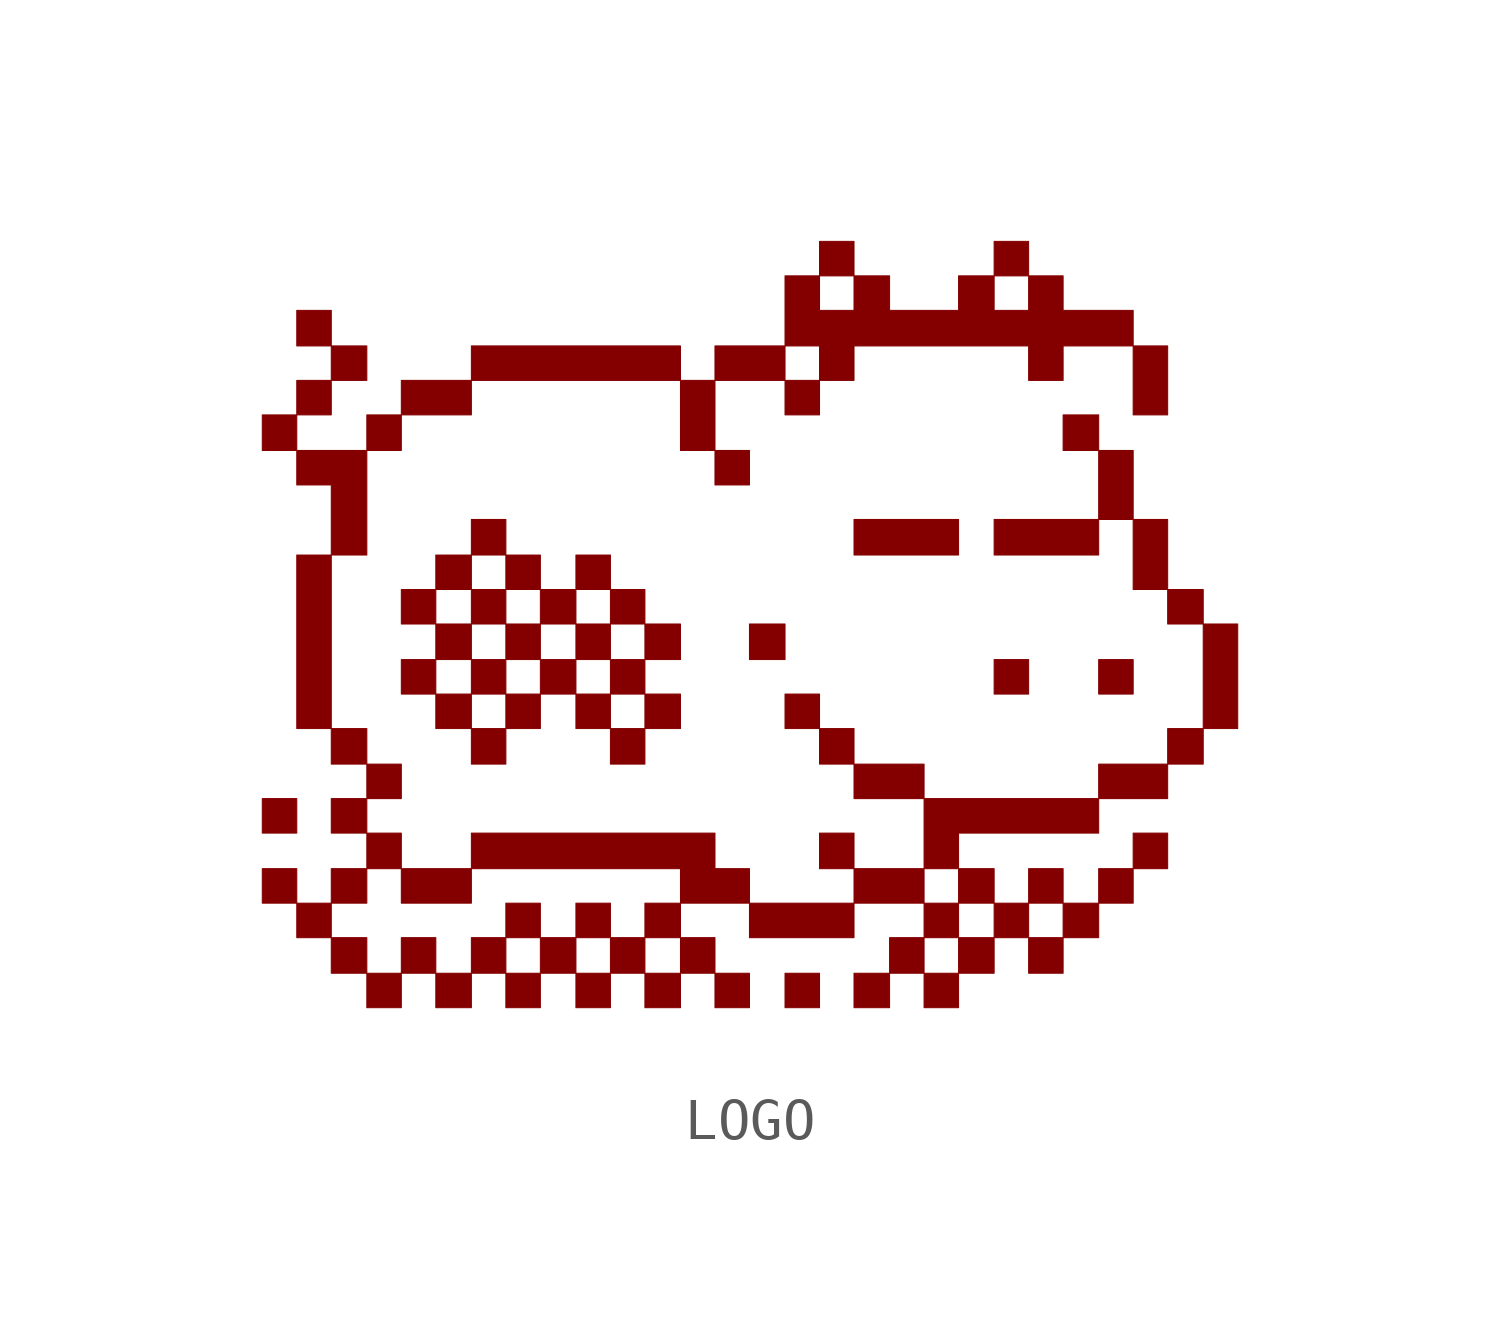
<source format=kicad_sym>
(kicad_symbol_lib
  (version 20211014)
  (generator kicad_symbol_editor)
  (symbol "LOGO"
    (pin_names
      (offset 1.016))
    (property "Reference" "#G"
      (at 0 -8.534 0)
      (effects (font (size 1.524 1.524)) hide))
    (symbol "LOGO_0_0"
      (polyline (pts (xy -11.836 5.08) (xy -11.836 4.216) (xy -10.998 4.216) (xy -10.998 5.08) (xy -11.836 5.08)) (stroke (width 0.025) (type default) (color 0 0 0 0)) (fill (type outline)))
      (polyline (pts (xy -10.998 -7.62) (xy -10.16 -7.62) (xy -10.16 -6.782) (xy -10.998 -6.782) (xy -10.998 -7.62)) (stroke (width 0.025) (type default) (color 0 0 0 0)) (fill (type outline)))
      (polyline (pts (xy -10.998 -5.944) (xy -11.836 -5.944) (xy -11.836 -6.782) (xy -10.998 -6.782) (xy -10.998 -5.944)) (stroke (width 0.025) (type default) (color 0 0 0 0)) (fill (type outline)))
      (polyline (pts (xy -10.998 -4.242) (xy -11.836 -4.242) (xy -11.836 -5.08) (xy -10.998 -5.08) (xy -10.998 -4.242)) (stroke (width 0.025) (type default) (color 0 0 0 0)) (fill (type outline)))
      (polyline (pts (xy -10.998 1.676) (xy -10.998 -2.54) (xy -10.16 -2.54) (xy -10.16 1.676) (xy -10.998 1.676)) (stroke (width 0.025) (type default) (color 0 0 0 0)) (fill (type outline)))
      (polyline (pts (xy -10.998 5.918) (xy -10.998 5.08) (xy -10.16 5.08) (xy -10.16 5.918) (xy -10.998 5.918)) (stroke (width 0.025) (type default) (color 0 0 0 0)) (fill (type outline)))
      (polyline (pts (xy -10.16 -8.484) (xy -9.296 -8.484) (xy -9.296 -7.62) (xy -10.16 -7.62) (xy -10.16 -8.484)) (stroke (width 0.025) (type default) (color 0 0 0 0)) (fill (type outline)))
      (polyline (pts (xy -10.16 -5.944) (xy -10.16 -6.782) (xy -9.296 -6.782) (xy -9.296 -5.944) (xy -10.16 -5.944)) (stroke (width 0.025) (type default) (color 0 0 0 0)) (fill (type outline)))
      (polyline (pts (xy -10.16 -4.242) (xy -10.16 -5.08) (xy -9.296 -5.08) (xy -9.296 -4.242) (xy -10.16 -4.242)) (stroke (width 0.025) (type default) (color 0 0 0 0)) (fill (type outline)))
      (polyline (pts (xy -10.16 -3.404) (xy -9.296 -3.404) (xy -9.296 -2.54) (xy -10.16 -2.54) (xy -10.16 -3.404)) (stroke (width 0.025) (type default) (color 0 0 0 0)) (fill (type outline)))
      (polyline (pts (xy -10.16 5.918) (xy -9.296 5.918) (xy -9.296 6.756) (xy -10.16 6.756) (xy -10.16 5.918)) (stroke (width 0.025) (type default) (color 0 0 0 0)) (fill (type outline)))
      (polyline (pts (xy -10.16 7.62) (xy -10.998 7.62) (xy -10.998 6.756) (xy -10.16 6.756) (xy -10.16 7.62)) (stroke (width 0.025) (type default) (color 0 0 0 0)) (fill (type outline)))
      (polyline (pts (xy -9.296 -8.484) (xy -9.296 -9.322) (xy -8.458 -9.322) (xy -8.458 -8.484) (xy -9.296 -8.484)) (stroke (width 0.025) (type default) (color 0 0 0 0)) (fill (type outline)))
      (polyline (pts (xy -9.296 -5.944) (xy -8.458 -5.944) (xy -8.458 -5.08) (xy -9.296 -5.08) (xy -9.296 -5.944)) (stroke (width 0.025) (type default) (color 0 0 0 0)) (fill (type outline)))
      (polyline (pts (xy -9.296 -4.242) (xy -8.458 -4.242) (xy -8.458 -3.404) (xy -9.296 -3.404) (xy -9.296 -4.242)) (stroke (width 0.025) (type default) (color 0 0 0 0)) (fill (type outline)))
      (polyline (pts (xy -9.296 5.08) (xy -9.296 4.216) (xy -8.458 4.216) (xy -8.458 5.08) (xy -9.296 5.08)) (stroke (width 0.025) (type default) (color 0 0 0 0)) (fill (type outline)))
      (polyline (pts (xy -8.458 -6.782) (xy -6.756 -6.782) (xy -6.756 -5.944) (xy -8.458 -5.944) (xy -8.458 -6.782)) (stroke (width 0.025) (type default) (color 0 0 0 0)) (fill (type outline)))
      (polyline (pts (xy -8.458 -0.864) (xy -8.458 -1.702) (xy -7.62 -1.702) (xy -7.62 -0.864) (xy -8.458 -0.864)) (stroke (width 0.025) (type default) (color 0 0 0 0)) (fill (type outline)))
      (polyline (pts (xy -8.458 0.838) (xy -8.458 0) (xy -7.62 0) (xy -7.62 0.838) (xy -8.458 0.838)) (stroke (width 0.025) (type default) (color 0 0 0 0)) (fill (type outline)))
      (polyline (pts (xy -7.62 -8.484) (xy -7.62 -9.322) (xy -6.756 -9.322) (xy -6.756 -8.484) (xy -7.62 -8.484)) (stroke (width 0.025) (type default) (color 0 0 0 0)) (fill (type outline)))
      (polyline (pts (xy -7.62 -7.62) (xy -8.458 -7.62) (xy -8.458 -8.484) (xy -7.62 -8.484) (xy -7.62 -7.62)) (stroke (width 0.025) (type default) (color 0 0 0 0)) (fill (type outline)))
      (polyline (pts (xy -7.62 -2.54) (xy -6.756 -2.54) (xy -6.756 -1.702) (xy -7.62 -1.702) (xy -7.62 -2.54)) (stroke (width 0.025) (type default) (color 0 0 0 0)) (fill (type outline)))
      (polyline (pts (xy -7.62 -0.864) (xy -6.756 -0.864) (xy -6.756 0) (xy -7.62 0) (xy -7.62 -0.864)) (stroke (width 0.025) (type default) (color 0 0 0 0)) (fill (type outline)))
      (polyline (pts (xy -7.62 1.676) (xy -7.62 0.838) (xy -6.756 0.838) (xy -6.756 1.676) (xy -7.62 1.676)) (stroke (width 0.025) (type default) (color 0 0 0 0)) (fill (type outline)))
      (polyline (pts (xy -6.756 -3.404) (xy -5.918 -3.404) (xy -5.918 -2.54) (xy -6.756 -2.54) (xy -6.756 -3.404)) (stroke (width 0.025) (type default) (color 0 0 0 0)) (fill (type outline)))
      (polyline (pts (xy -6.756 -0.864) (xy -6.756 -1.702) (xy -5.918 -1.702) (xy -5.918 -0.864) (xy -6.756 -0.864)) (stroke (width 0.025) (type default) (color 0 0 0 0)) (fill (type outline)))
      (polyline (pts (xy -6.756 5.08) (xy -6.756 5.918) (xy -8.458 5.918) (xy -8.458 5.08) (xy -6.756 5.08)) (stroke (width 0.025) (type default) (color 0 0 0 0)) (fill (type outline)))
      (polyline (pts (xy -5.918 -8.484) (xy -5.918 -9.322) (xy -5.08 -9.322) (xy -5.08 -8.484) (xy -5.918 -8.484)) (stroke (width 0.025) (type default) (color 0 0 0 0)) (fill (type outline)))
      (polyline (pts (xy -5.918 -7.62) (xy -6.756 -7.62) (xy -6.756 -8.484) (xy -5.918 -8.484) (xy -5.918 -7.62)) (stroke (width 0.025) (type default) (color 0 0 0 0)) (fill (type outline)))
      (polyline (pts (xy -5.918 -1.702) (xy -5.918 -2.54) (xy -5.08 -2.54) (xy -5.08 -1.702) (xy -5.918 -1.702)) (stroke (width 0.025) (type default) (color 0 0 0 0)) (fill (type outline)))
      (polyline (pts (xy -5.918 -0.864) (xy -5.08 -0.864) (xy -5.08 0) (xy -5.918 0) (xy -5.918 -0.864)) (stroke (width 0.025) (type default) (color 0 0 0 0)) (fill (type outline)))
      (polyline (pts (xy -5.918 0.838) (xy -6.756 0.838) (xy -6.756 0) (xy -5.918 0) (xy -5.918 0.838)) (stroke (width 0.025) (type default) (color 0 0 0 0)) (fill (type outline)))
      (polyline (pts (xy -5.918 2.54) (xy -6.756 2.54) (xy -6.756 1.676) (xy -5.918 1.676) (xy -5.918 2.54)) (stroke (width 0.025) (type default) (color 0 0 0 0)) (fill (type outline)))
      (polyline (pts (xy -5.08 -6.782) (xy -5.918 -6.782) (xy -5.918 -7.62) (xy -5.08 -7.62) (xy -5.08 -6.782)) (stroke (width 0.025) (type default) (color 0 0 0 0)) (fill (type outline)))
      (polyline (pts (xy -5.08 0.838) (xy -5.08 0) (xy -4.216 0) (xy -4.216 0.838) (xy -5.08 0.838)) (stroke (width 0.025) (type default) (color 0 0 0 0)) (fill (type outline)))
      (polyline (pts (xy -5.08 1.676) (xy -5.918 1.676) (xy -5.918 0.838) (xy -5.08 0.838) (xy -5.08 1.676)) (stroke (width 0.025) (type default) (color 0 0 0 0)) (fill (type outline)))
      (polyline (pts (xy -4.216 -8.484) (xy -4.216 -9.322) (xy -3.378 -9.322) (xy -3.378 -8.484) (xy -4.216 -8.484)) (stroke (width 0.025) (type default) (color 0 0 0 0)) (fill (type outline)))
      (polyline (pts (xy -4.216 -7.62) (xy -5.08 -7.62) (xy -5.08 -8.484) (xy -4.216 -8.484) (xy -4.216 -7.62)) (stroke (width 0.025) (type default) (color 0 0 0 0)) (fill (type outline)))
      (polyline (pts (xy -4.216 -2.54) (xy -3.378 -2.54) (xy -3.378 -1.702) (xy -4.216 -1.702) (xy -4.216 -2.54)) (stroke (width 0.025) (type default) (color 0 0 0 0)) (fill (type outline)))
      (polyline (pts (xy -4.216 -1.702) (xy -4.216 -0.864) (xy -5.08 -0.864) (xy -5.08 -1.702) (xy -4.216 -1.702)) (stroke (width 0.025) (type default) (color 0 0 0 0)) (fill (type outline)))
      (polyline (pts (xy -3.378 -6.782) (xy -4.216 -6.782) (xy -4.216 -7.62) (xy -3.378 -7.62) (xy -3.378 -6.782)) (stroke (width 0.025) (type default) (color 0 0 0 0)) (fill (type outline)))
      (polyline (pts (xy -3.378 -3.404) (xy -2.54 -3.404) (xy -2.54 -2.54) (xy -3.378 -2.54) (xy -3.378 -3.404)) (stroke (width 0.025) (type default) (color 0 0 0 0)) (fill (type outline)))
      (polyline (pts (xy -3.378 0) (xy -4.216 0) (xy -4.216 -0.864) (xy -3.378 -0.864) (xy -3.378 0)) (stroke (width 0.025) (type default) (color 0 0 0 0)) (fill (type outline)))
      (polyline (pts (xy -3.378 1.676) (xy -4.216 1.676) (xy -4.216 0.838) (xy -3.378 0.838) (xy -3.378 1.676)) (stroke (width 0.025) (type default) (color 0 0 0 0)) (fill (type outline)))
      (polyline (pts (xy -2.54 -2.54) (xy -1.676 -2.54) (xy -1.676 -1.702) (xy -2.54 -1.702) (xy -2.54 -2.54)) (stroke (width 0.025) (type default) (color 0 0 0 0)) (fill (type outline)))
      (polyline (pts (xy -2.54 -0.864) (xy -3.378 -0.864) (xy -3.378 -1.702) (xy -2.54 -1.702) (xy -2.54 -0.864)) (stroke (width 0.025) (type default) (color 0 0 0 0)) (fill (type outline)))
      (polyline (pts (xy -2.54 0.838) (xy -3.378 0.838) (xy -3.378 0) (xy -2.54 0) (xy -2.54 0.838)) (stroke (width 0.025) (type default) (color 0 0 0 0)) (fill (type outline)))
      (polyline (pts (xy -1.676 -0.864) (xy -1.676 0) (xy -2.54 0) (xy -2.54 -0.864) (xy -1.676 -0.864)) (stroke (width 0.025) (type default) (color 0 0 0 0)) (fill (type outline)))
      (polyline (pts (xy -1.676 5.918) (xy -1.676 4.216) (xy -0.838 4.216) (xy -0.838 5.918) (xy -1.676 5.918)) (stroke (width 0.025) (type default) (color 0 0 0 0)) (fill (type outline)))
      (polyline (pts (xy -1.676 5.918) (xy -1.676 6.756) (xy -6.756 6.756) (xy -6.756 5.918) (xy -1.676 5.918)) (stroke (width 0.025) (type default) (color 0 0 0 0)) (fill (type outline)))
      (polyline (pts (xy -0.838 -9.322) (xy 0 -9.322) (xy 0 -8.484) (xy -0.838 -8.484) (xy -0.838 -9.322)) (stroke (width 0.025) (type default) (color 0 0 0 0)) (fill (type outline)))
      (polyline (pts (xy -0.838 3.378) (xy 0 3.378) (xy 0 4.216) (xy -0.838 4.216) (xy -0.838 3.378)) (stroke (width 0.025) (type default) (color 0 0 0 0)) (fill (type outline)))
      (polyline (pts (xy 0 -6.782) (xy 0 -7.62) (xy 2.54 -7.62) (xy 2.54 -6.782) (xy 0 -6.782)) (stroke (width 0.025) (type default) (color 0 0 0 0)) (fill (type outline)))
      (polyline (pts (xy 0.864 0) (xy 0 0) (xy 0 -0.864) (xy 0.864 -0.864) (xy 0.864 0)) (stroke (width 0.025) (type default) (color 0 0 0 0)) (fill (type outline)))
      (polyline (pts (xy 0.864 5.08) (xy 1.702 5.08) (xy 1.702 5.918) (xy 0.864 5.918) (xy 0.864 5.08)) (stroke (width 0.025) (type default) (color 0 0 0 0)) (fill (type outline)))
      (polyline (pts (xy 0.864 6.756) (xy -0.838 6.756) (xy -0.838 5.918) (xy 0.864 5.918) (xy 0.864 6.756)) (stroke (width 0.025) (type default) (color 0 0 0 0)) (fill (type outline)))
      (polyline (pts (xy 1.702 -8.484) (xy 0.864 -8.484) (xy 0.864 -9.322) (xy 1.702 -9.322) (xy 1.702 -8.484)) (stroke (width 0.025) (type default) (color 0 0 0 0)) (fill (type outline)))
      (polyline (pts (xy 1.702 -3.404) (xy 2.54 -3.404) (xy 2.54 -2.54) (xy 1.702 -2.54) (xy 1.702 -3.404)) (stroke (width 0.025) (type default) (color 0 0 0 0)) (fill (type outline)))
      (polyline (pts (xy 1.702 -1.702) (xy 0.864 -1.702) (xy 0.864 -2.54) (xy 1.702 -2.54) (xy 1.702 -1.702)) (stroke (width 0.025) (type default) (color 0 0 0 0)) (fill (type outline)))
      (polyline (pts (xy 2.54 -8.484) (xy 2.54 -9.322) (xy 3.404 -9.322) (xy 3.404 -8.484) (xy 2.54 -8.484)) (stroke (width 0.025) (type default) (color 0 0 0 0)) (fill (type outline)))
      (polyline (pts (xy 2.54 -5.08) (xy 1.702 -5.08) (xy 1.702 -5.944) (xy 2.54 -5.944) (xy 2.54 -5.08)) (stroke (width 0.025) (type default) (color 0 0 0 0)) (fill (type outline)))
      (polyline (pts (xy 2.54 -4.242) (xy 4.242 -4.242) (xy 4.242 -3.404) (xy 2.54 -3.404) (xy 2.54 -4.242)) (stroke (width 0.025) (type default) (color 0 0 0 0)) (fill (type outline)))
      (polyline (pts (xy 4.242 -9.322) (xy 5.08 -9.322) (xy 5.08 -8.484) (xy 4.242 -8.484) (xy 4.242 -9.322)) (stroke (width 0.025) (type default) (color 0 0 0 0)) (fill (type outline)))
      (polyline (pts (xy 4.242 -8.484) (xy 4.242 -7.62) (xy 3.404 -7.62) (xy 3.404 -8.484) (xy 4.242 -8.484)) (stroke (width 0.025) (type default) (color 0 0 0 0)) (fill (type outline)))
      (polyline (pts (xy 4.242 -5.944) (xy 2.54 -5.944) (xy 2.54 -6.782) (xy 4.242 -6.782) (xy 4.242 -5.944)) (stroke (width 0.025) (type default) (color 0 0 0 0)) (fill (type outline)))
      (polyline (pts (xy 5.08 -7.62) (xy 5.08 -8.484) (xy 5.944 -8.484) (xy 5.944 -7.62) (xy 5.08 -7.62)) (stroke (width 0.025) (type default) (color 0 0 0 0)) (fill (type outline)))
      (polyline (pts (xy 5.08 -7.62) (xy 5.08 -6.782) (xy 4.242 -6.782) (xy 4.242 -7.62) (xy 5.08 -7.62)) (stroke (width 0.025) (type default) (color 0 0 0 0)) (fill (type outline)))
      (polyline (pts (xy 5.08 2.54) (xy 2.54 2.54) (xy 2.54 1.676) (xy 5.08 1.676) (xy 5.08 2.54)) (stroke (width 0.025) (type default) (color 0 0 0 0)) (fill (type outline)))
      (polyline (pts (xy 5.944 -5.944) (xy 5.08 -5.944) (xy 5.08 -6.782) (xy 5.944 -6.782) (xy 5.944 -5.944)) (stroke (width 0.025) (type default) (color 0 0 0 0)) (fill (type outline)))
      (polyline (pts (xy 5.944 2.54) (xy 5.944 1.676) (xy 8.484 1.676) (xy 8.484 2.54) (xy 5.944 2.54)) (stroke (width 0.025) (type default) (color 0 0 0 0)) (fill (type outline)))
      (polyline (pts (xy 6.782 -8.484) (xy 7.62 -8.484) (xy 7.62 -7.62) (xy 6.782 -7.62) (xy 6.782 -8.484)) (stroke (width 0.025) (type default) (color 0 0 0 0)) (fill (type outline)))
      (polyline (pts (xy 6.782 -7.62) (xy 6.782 -6.782) (xy 5.944 -6.782) (xy 5.944 -7.62) (xy 6.782 -7.62)) (stroke (width 0.025) (type default) (color 0 0 0 0)) (fill (type outline)))
      (polyline (pts (xy 6.782 -0.864) (xy 5.944 -0.864) (xy 5.944 -1.702) (xy 6.782 -1.702) (xy 6.782 -0.864)) (stroke (width 0.025) (type default) (color 0 0 0 0)) (fill (type outline)))
      (polyline (pts (xy 7.62 -7.62) (xy 8.484 -7.62) (xy 8.484 -6.782) (xy 7.62 -6.782) (xy 7.62 -7.62)) (stroke (width 0.025) (type default) (color 0 0 0 0)) (fill (type outline)))
      (polyline (pts (xy 7.62 -5.944) (xy 6.782 -5.944) (xy 6.782 -6.782) (xy 7.62 -6.782) (xy 7.62 -5.944)) (stroke (width 0.025) (type default) (color 0 0 0 0)) (fill (type outline)))
      (polyline (pts (xy 8.484 -5.944) (xy 8.484 -6.782) (xy 9.322 -6.782) (xy 9.322 -5.944) (xy 8.484 -5.944)) (stroke (width 0.025) (type default) (color 0 0 0 0)) (fill (type outline)))
      (polyline (pts (xy 8.484 -3.404) (xy 8.484 -4.242) (xy 10.16 -4.242) (xy 10.16 -3.404) (xy 8.484 -3.404)) (stroke (width 0.025) (type default) (color 0 0 0 0)) (fill (type outline)))
      (polyline (pts (xy 8.484 2.54) (xy 9.322 2.54) (xy 9.322 4.216) (xy 8.484 4.216) (xy 8.484 2.54)) (stroke (width 0.025) (type default) (color 0 0 0 0)) (fill (type outline)))
      (polyline (pts (xy 8.484 5.08) (xy 7.62 5.08) (xy 7.62 4.216) (xy 8.484 4.216) (xy 8.484 5.08)) (stroke (width 0.025) (type default) (color 0 0 0 0)) (fill (type outline)))
      (polyline (pts (xy 9.322 -0.864) (xy 8.484 -0.864) (xy 8.484 -1.702) (xy 9.322 -1.702) (xy 9.322 -0.864)) (stroke (width 0.025) (type default) (color 0 0 0 0)) (fill (type outline)))
      (polyline (pts (xy 9.322 0.838) (xy 10.16 0.838) (xy 10.16 2.54) (xy 9.322 2.54) (xy 9.322 0.838)) (stroke (width 0.025) (type default) (color 0 0 0 0)) (fill (type outline)))
      (polyline (pts (xy 9.322 5.08) (xy 10.16 5.08) (xy 10.16 6.756) (xy 9.322 6.756) (xy 9.322 5.08)) (stroke (width 0.025) (type default) (color 0 0 0 0)) (fill (type outline)))
      (polyline (pts (xy 10.16 -5.944) (xy 10.16 -5.08) (xy 9.322 -5.08) (xy 9.322 -5.944) (xy 10.16 -5.944)) (stroke (width 0.025) (type default) (color 0 0 0 0)) (fill (type outline)))
      (polyline (pts (xy 10.16 -2.54) (xy 10.16 -3.404) (xy 11.024 -3.404) (xy 11.024 -2.54) (xy 10.16 -2.54)) (stroke (width 0.025) (type default) (color 0 0 0 0)) (fill (type outline)))
      (polyline (pts (xy 10.16 0) (xy 11.024 0) (xy 11.024 0.838) (xy 10.16 0.838) (xy 10.16 0)) (stroke (width 0.025) (type default) (color 0 0 0 0)) (fill (type outline)))
      (polyline (pts (xy 11.024 -2.54) (xy 11.862 -2.54) (xy 11.862 0) (xy 11.024 0) (xy 11.024 -2.54)) (stroke (width 0.025) (type default) (color 0 0 0 0)) (fill (type outline)))
      (polyline (pts (xy -10.998 3.378) (xy -10.16 3.378) (xy -10.16 1.676) (xy -9.296 1.676) (xy -9.296 4.216) (xy -10.998 4.216) (xy -10.998 3.378)) (stroke (width 0.025) (type default) (color 0 0 0 0)) (fill (type outline)))
      (polyline (pts (xy 5.08 -5.08) (xy 8.484 -5.08) (xy 8.484 -4.242) (xy 4.242 -4.242) (xy 4.242 -5.944) (xy 5.08 -5.944) (xy 5.08 -5.08)) (stroke (width 0.025) (type default) (color 0 0 0 0)) (fill (type outline)))
      (polyline (pts (xy 0 -5.944) (xy -0.838 -5.944) (xy -0.838 -5.08) (xy -6.756 -5.08) (xy -6.756 -5.944) (xy -1.676 -5.944) (xy -1.676 -6.782) (xy 0 -6.782) (xy 0 -5.944)) (stroke (width 0.025) (type default) (color 0 0 0 0)) (fill (type outline)))
      (polyline (pts (xy -0.838 -7.62) (xy -1.676 -7.62) (xy -1.676 -6.782) (xy -2.54 -6.782) (xy -2.54 -7.62) (xy -3.378 -7.62) (xy -3.378 -8.484) (xy -2.54 -8.484) (xy -2.54 -7.62) (xy -1.676 -7.62) (xy -1.676 -8.484) (xy -2.54 -8.484) (xy -2.54 -9.322) (xy -1.676 -9.322) (xy -1.676 -8.484) (xy -0.838 -8.484) (xy -0.838 -7.62)) (stroke (width 0.025) (type default) (color 0 0 0 0)) (fill (type outline)))
      (polyline (pts (xy 9.322 7.62) (xy 7.62 7.62) (xy 7.62 8.458) (xy 6.782 8.458) (xy 6.782 9.296) (xy 5.944 9.296) (xy 5.944 8.458) (xy 5.08 8.458) (xy 5.08 7.62) (xy 5.944 7.62) (xy 5.944 8.458) (xy 6.782 8.458) (xy 6.782 7.62) (xy 5.944 7.62) (xy 5.08 7.62) (xy 3.404 7.62) (xy 3.404 8.458) (xy 2.54 8.458) (xy 2.54 9.296) (xy 1.702 9.296) (xy 1.702 8.458) (xy 0.864 8.458) (xy 0.864 7.62) (xy 1.702 7.62) (xy 1.702 8.458) (xy 2.54 8.458) (xy 2.54 7.62) (xy 1.702 7.62) (xy 0.864 7.62) (xy 0.864 6.756) (xy 1.702 6.756) (xy 1.702 5.918) (xy 2.54 5.918) (xy 2.54 6.756) (xy 6.782 6.756) (xy 6.782 5.918) (xy 7.62 5.918) (xy 7.62 6.756) (xy 9.322 6.756) (xy 9.322 7.62)) (stroke (width 0.025) (type default) (color 0 0 0 0)) (fill (type outline))))))
</source>
